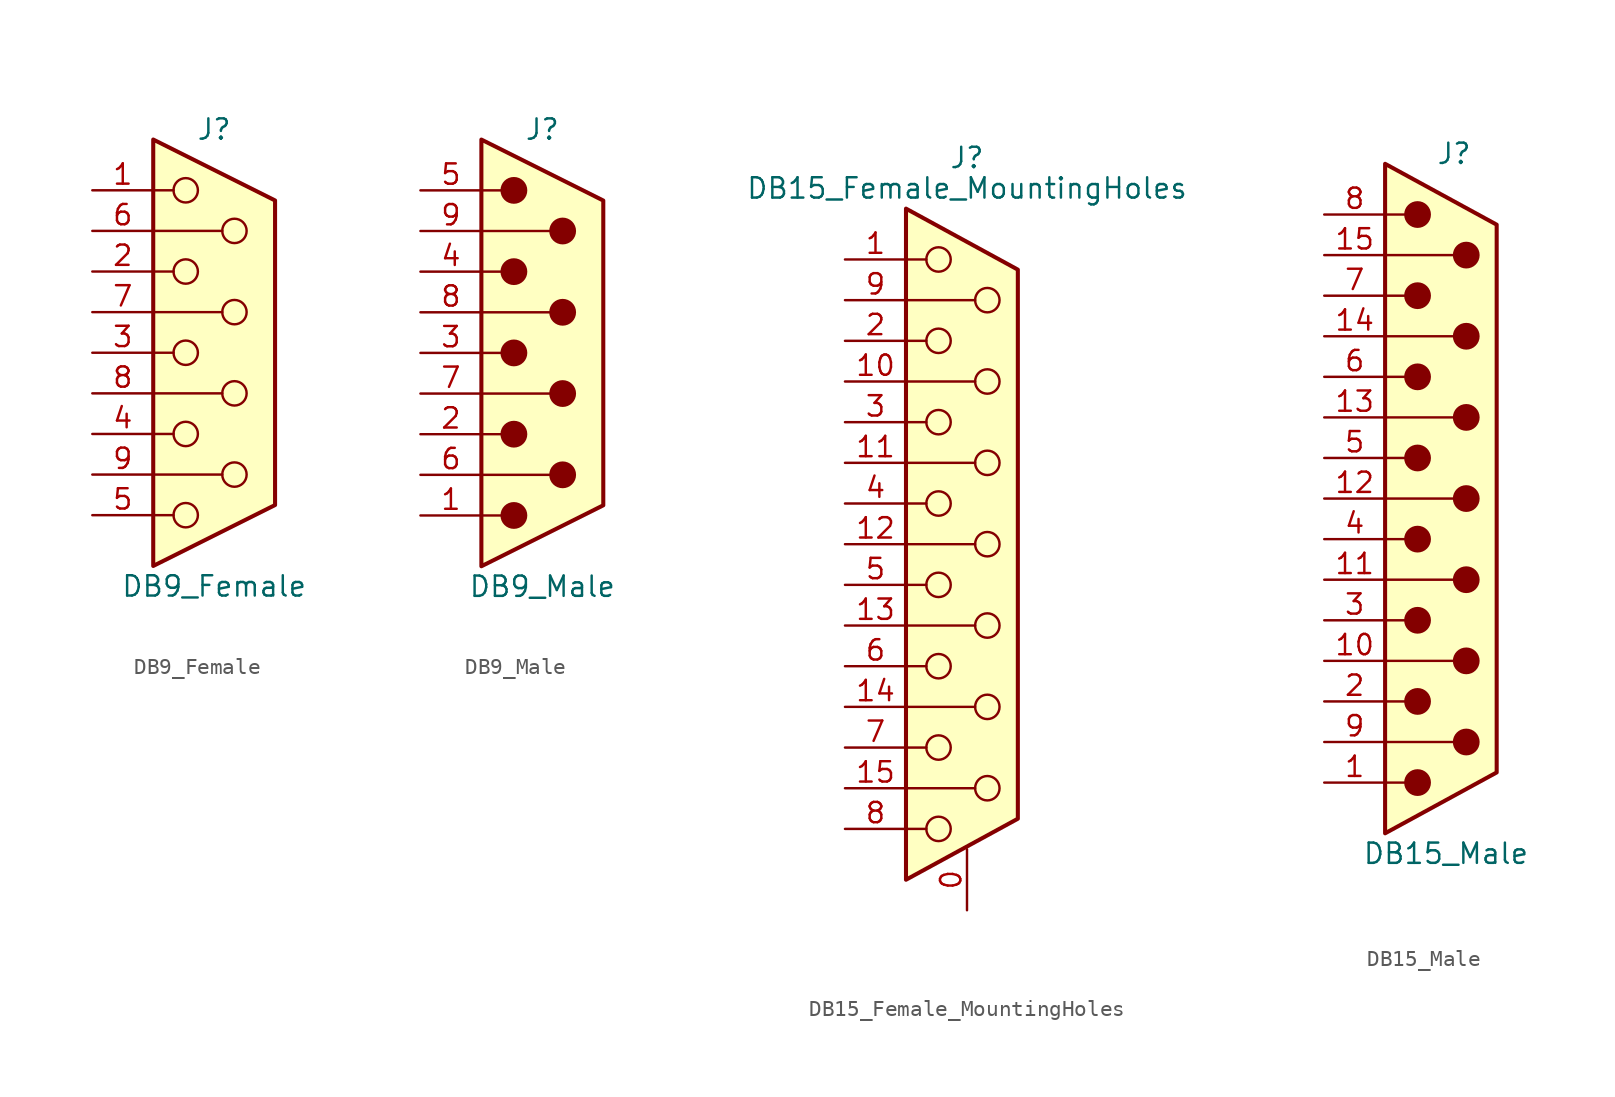
<source format=kicad_sym>
(kicad_symbol_lib
  (version 20201005)
  (generator kicad_symbol_editor)
  (symbol "Connector:DB9_Female"
    (pin_names
      (offset 1.016) hide)
    (property "Reference" "J"
      (at 0 13.97 0)
      (effects (font (size 1.27 1.27))))
    (property "Value" "DB9_Female"
      (at 0 -14.605 0)
      (effects (font (size 1.27 1.27))))
    (symbol "DB9_Female_0_1"
      (circle (center -1.778 -10.16) (radius 0.762) (stroke (width 0)) (fill (type none)))
      (circle (center -1.778 -5.08) (radius 0.762) (stroke (width 0)) (fill (type none)))
      (circle (center -1.778 0) (radius 0.762) (stroke (width 0)) (fill (type none)))
      (circle (center -1.778 5.08) (radius 0.762) (stroke (width 0)) (fill (type none)))
      (circle (center -1.778 10.16) (radius 0.762) (stroke (width 0)) (fill (type none)))
      (circle (center 1.27 -7.62) (radius 0.762) (stroke (width 0)) (fill (type none)))
      (circle (center 1.27 -2.54) (radius 0.762) (stroke (width 0)) (fill (type none)))
      (circle (center 1.27 2.54) (radius 0.762) (stroke (width 0)) (fill (type none)))
      (circle (center 1.27 7.62) (radius 0.762) (stroke (width 0)) (fill (type none)))
      (polyline (pts (xy -3.81 -10.16) (xy -2.54 -10.16)) (stroke (width 0)) (fill (type none)))
      (polyline (pts (xy -3.81 -7.62) (xy 0.508 -7.62)) (stroke (width 0)) (fill (type none)))
      (polyline (pts (xy -3.81 -5.08) (xy -2.54 -5.08)) (stroke (width 0)) (fill (type none)))
      (polyline (pts (xy -3.81 -2.54) (xy 0.508 -2.54)) (stroke (width 0)) (fill (type none)))
      (polyline (pts (xy -3.81 0) (xy -2.54 0)) (stroke (width 0)) (fill (type none)))
      (polyline (pts (xy -3.81 2.54) (xy 0.508 2.54)) (stroke (width 0)) (fill (type none)))
      (polyline (pts (xy -3.81 5.08) (xy -2.54 5.08)) (stroke (width 0)) (fill (type none)))
      (polyline (pts (xy -3.81 7.62) (xy 0.508 7.62)) (stroke (width 0)) (fill (type none)))
      (polyline (pts (xy -3.81 10.16) (xy -2.54 10.16)) (stroke (width 0)) (fill (type none)))
      (polyline (pts (xy -3.81 13.335) (xy -3.81 -13.335) (xy 3.81 -9.525) (xy 3.81 9.525) (xy -3.81 13.335)) (stroke (width 0.254)) (fill (type background))))
    (symbol "DB9_Female_1_1"
      (pin passive line (at -7.62 10.16 0) (length 3.81) (name "1" (effects (font (size 1.27 1.27)))) (number "1" (effects (font (size 1.27 1.27)))))
      (pin passive line (at -7.62 5.08 0) (length 3.81) (name "2" (effects (font (size 1.27 1.27)))) (number "2" (effects (font (size 1.27 1.27)))))
      (pin passive line (at -7.62 0 0) (length 3.81) (name "3" (effects (font (size 1.27 1.27)))) (number "3" (effects (font (size 1.27 1.27)))))
      (pin passive line (at -7.62 -5.08 0) (length 3.81) (name "4" (effects (font (size 1.27 1.27)))) (number "4" (effects (font (size 1.27 1.27)))))
      (pin passive line (at -7.62 -10.16 0) (length 3.81) (name "5" (effects (font (size 1.27 1.27)))) (number "5" (effects (font (size 1.27 1.27)))))
      (pin passive line (at -7.62 7.62 0) (length 3.81) (name "6" (effects (font (size 1.27 1.27)))) (number "6" (effects (font (size 1.27 1.27)))))
      (pin passive line (at -7.62 2.54 0) (length 3.81) (name "7" (effects (font (size 1.27 1.27)))) (number "7" (effects (font (size 1.27 1.27)))))
      (pin passive line (at -7.62 -2.54 0) (length 3.81) (name "8" (effects (font (size 1.27 1.27)))) (number "8" (effects (font (size 1.27 1.27)))))
      (pin passive line (at -7.62 -7.62 0) (length 3.81) (name "9" (effects (font (size 1.27 1.27)))) (number "9" (effects (font (size 1.27 1.27)))))))
  (symbol "Connector:DB9_Male"
    (pin_names
      (offset 1.016) hide)
    (property "Reference" "J"
      (at 0 13.97 0)
      (effects (font (size 1.27 1.27))))
    (property "Value" "DB9_Male"
      (at 0 -14.605 0)
      (effects (font (size 1.27 1.27))))
    (symbol "DB9_Male_0_1"
      (circle (center -1.778 -10.16) (radius 0.762) (stroke (width 0)) (fill (type outline)))
      (circle (center -1.778 -5.08) (radius 0.762) (stroke (width 0)) (fill (type outline)))
      (circle (center -1.778 0) (radius 0.762) (stroke (width 0)) (fill (type outline)))
      (circle (center -1.778 5.08) (radius 0.762) (stroke (width 0)) (fill (type outline)))
      (circle (center -1.778 10.16) (radius 0.762) (stroke (width 0)) (fill (type outline)))
      (circle (center 1.27 -7.62) (radius 0.762) (stroke (width 0)) (fill (type outline)))
      (circle (center 1.27 -2.54) (radius 0.762) (stroke (width 0)) (fill (type outline)))
      (circle (center 1.27 2.54) (radius 0.762) (stroke (width 0)) (fill (type outline)))
      (circle (center 1.27 7.62) (radius 0.762) (stroke (width 0)) (fill (type outline)))
      (polyline (pts (xy -3.81 -10.16) (xy -2.54 -10.16)) (stroke (width 0)) (fill (type none)))
      (polyline (pts (xy -3.81 -7.62) (xy 0.508 -7.62)) (stroke (width 0)) (fill (type none)))
      (polyline (pts (xy -3.81 -5.08) (xy -2.54 -5.08)) (stroke (width 0)) (fill (type none)))
      (polyline (pts (xy -3.81 -2.54) (xy 0.508 -2.54)) (stroke (width 0)) (fill (type none)))
      (polyline (pts (xy -3.81 0) (xy -2.54 0)) (stroke (width 0)) (fill (type none)))
      (polyline (pts (xy -3.81 2.54) (xy 0.508 2.54)) (stroke (width 0)) (fill (type none)))
      (polyline (pts (xy -3.81 5.08) (xy -2.54 5.08)) (stroke (width 0)) (fill (type none)))
      (polyline (pts (xy -3.81 7.62) (xy 0.508 7.62)) (stroke (width 0)) (fill (type none)))
      (polyline (pts (xy -3.81 10.16) (xy -2.54 10.16)) (stroke (width 0)) (fill (type none)))
      (polyline (pts (xy -3.81 -13.335) (xy -3.81 13.335) (xy 3.81 9.525) (xy 3.81 -9.525) (xy -3.81 -13.335)) (stroke (width 0.254)) (fill (type background))))
    (symbol "DB9_Male_1_1"
      (pin passive line (at -7.62 -10.16 0) (length 3.81) (name "1" (effects (font (size 1.27 1.27)))) (number "1" (effects (font (size 1.27 1.27)))))
      (pin passive line (at -7.62 -5.08 0) (length 3.81) (name "2" (effects (font (size 1.27 1.27)))) (number "2" (effects (font (size 1.27 1.27)))))
      (pin passive line (at -7.62 0 0) (length 3.81) (name "3" (effects (font (size 1.27 1.27)))) (number "3" (effects (font (size 1.27 1.27)))))
      (pin passive line (at -7.62 5.08 0) (length 3.81) (name "4" (effects (font (size 1.27 1.27)))) (number "4" (effects (font (size 1.27 1.27)))))
      (pin passive line (at -7.62 10.16 0) (length 3.81) (name "5" (effects (font (size 1.27 1.27)))) (number "5" (effects (font (size 1.27 1.27)))))
      (pin passive line (at -7.62 -7.62 0) (length 3.81) (name "6" (effects (font (size 1.27 1.27)))) (number "6" (effects (font (size 1.27 1.27)))))
      (pin passive line (at -7.62 -2.54 0) (length 3.81) (name "7" (effects (font (size 1.27 1.27)))) (number "7" (effects (font (size 1.27 1.27)))))
      (pin passive line (at -7.62 2.54 0) (length 3.81) (name "8" (effects (font (size 1.27 1.27)))) (number "8" (effects (font (size 1.27 1.27)))))
      (pin passive line (at -7.62 7.62 0) (length 3.81) (name "9" (effects (font (size 1.27 1.27)))) (number "9" (effects (font (size 1.27 1.27)))))))
  (symbol "Connector:DB15_Female_MountingHoles"
    (pin_names
      (offset 1.016) hide)
    (property "Reference" "J"
      (at 0 24.13 0)
      (effects (font (size 1.27 1.27))))
    (property "Value" "DB15_Female_MountingHoles"
      (at 0 22.225 0)
      (effects (font (size 1.27 1.27))))
    (symbol "DB15_Female_MountingHoles_0_1"
      (circle (center -1.778 -17.78) (radius 0.762) (stroke (width 0)) (fill (type none)))
      (circle (center -1.778 -12.7) (radius 0.762) (stroke (width 0)) (fill (type none)))
      (circle (center -1.778 -7.62) (radius 0.762) (stroke (width 0)) (fill (type none)))
      (circle (center -1.778 -2.54) (radius 0.762) (stroke (width 0)) (fill (type none)))
      (circle (center -1.778 2.54) (radius 0.762) (stroke (width 0)) (fill (type none)))
      (circle (center -1.778 7.62) (radius 0.762) (stroke (width 0)) (fill (type none)))
      (circle (center -1.778 12.7) (radius 0.762) (stroke (width 0)) (fill (type none)))
      (circle (center -1.778 17.78) (radius 0.762) (stroke (width 0)) (fill (type none)))
      (circle (center 1.27 -15.24) (radius 0.762) (stroke (width 0)) (fill (type none)))
      (circle (center 1.27 -10.16) (radius 0.762) (stroke (width 0)) (fill (type none)))
      (circle (center 1.27 -5.08) (radius 0.762) (stroke (width 0)) (fill (type none)))
      (circle (center 1.27 0) (radius 0.762) (stroke (width 0)) (fill (type none)))
      (circle (center 1.27 5.08) (radius 0.762) (stroke (width 0)) (fill (type none)))
      (circle (center 1.27 10.16) (radius 0.762) (stroke (width 0)) (fill (type none)))
      (circle (center 1.27 15.24) (radius 0.762) (stroke (width 0)) (fill (type none)))
      (polyline (pts (xy -3.81 -17.78) (xy -2.54 -17.78)) (stroke (width 0)) (fill (type none)))
      (polyline (pts (xy -3.81 -15.24) (xy 0.508 -15.24)) (stroke (width 0)) (fill (type none)))
      (polyline (pts (xy -3.81 -12.7) (xy -2.54 -12.7)) (stroke (width 0)) (fill (type none)))
      (polyline (pts (xy -3.81 -10.16) (xy 0.508 -10.16)) (stroke (width 0)) (fill (type none)))
      (polyline (pts (xy -3.81 -7.62) (xy -2.54 -7.62)) (stroke (width 0)) (fill (type none)))
      (polyline (pts (xy -3.81 -5.08) (xy 0.508 -5.08)) (stroke (width 0)) (fill (type none)))
      (polyline (pts (xy -3.81 -2.54) (xy -2.54 -2.54)) (stroke (width 0)) (fill (type none)))
      (polyline (pts (xy -3.81 0) (xy 0.508 0)) (stroke (width 0)) (fill (type none)))
      (polyline (pts (xy -3.81 2.54) (xy -2.54 2.54)) (stroke (width 0)) (fill (type none)))
      (polyline (pts (xy -3.81 5.08) (xy 0.508 5.08)) (stroke (width 0)) (fill (type none)))
      (polyline (pts (xy -3.81 7.62) (xy -2.54 7.62)) (stroke (width 0)) (fill (type none)))
      (polyline (pts (xy -3.81 10.16) (xy 0.508 10.16)) (stroke (width 0)) (fill (type none)))
      (polyline (pts (xy -3.81 12.7) (xy -2.54 12.7)) (stroke (width 0)) (fill (type none)))
      (polyline (pts (xy -3.81 15.24) (xy 0.508 15.24)) (stroke (width 0)) (fill (type none)))
      (polyline (pts (xy -3.81 17.78) (xy -2.54 17.78)) (stroke (width 0)) (fill (type none)))
      (polyline (pts (xy -3.81 20.955) (xy 3.175 17.145) (xy 3.175 -17.145) (xy -3.81 -20.955) (xy -3.81 20.955)) (stroke (width 0.254)) (fill (type background))))
    (symbol "DB15_Female_MountingHoles_1_1"
      (pin passive line (at 0 -22.86 90) (length 3.81) (name "PAD" (effects (font (size 1.27 1.27)))) (number "0" (effects (font (size 1.27 1.27)))))
      (pin passive line (at -7.62 17.78 0) (length 3.81) (name "1" (effects (font (size 1.27 1.27)))) (number "1" (effects (font (size 1.27 1.27)))))
      (pin passive line (at -7.62 10.16 0) (length 3.81) (name "P10" (effects (font (size 1.27 1.27)))) (number "10" (effects (font (size 1.27 1.27)))))
      (pin passive line (at -7.62 5.08 0) (length 3.81) (name "P111" (effects (font (size 1.27 1.27)))) (number "11" (effects (font (size 1.27 1.27)))))
      (pin passive line (at -7.62 0 0) (length 3.81) (name "P12" (effects (font (size 1.27 1.27)))) (number "12" (effects (font (size 1.27 1.27)))))
      (pin passive line (at -7.62 -5.08 0) (length 3.81) (name "P13" (effects (font (size 1.27 1.27)))) (number "13" (effects (font (size 1.27 1.27)))))
      (pin passive line (at -7.62 -10.16 0) (length 3.81) (name "P14" (effects (font (size 1.27 1.27)))) (number "14" (effects (font (size 1.27 1.27)))))
      (pin passive line (at -7.62 -15.24 0) (length 3.81) (name "P15" (effects (font (size 1.27 1.27)))) (number "15" (effects (font (size 1.27 1.27)))))
      (pin passive line (at -7.62 12.7 0) (length 3.81) (name "2" (effects (font (size 1.27 1.27)))) (number "2" (effects (font (size 1.27 1.27)))))
      (pin passive line (at -7.62 7.62 0) (length 3.81) (name "3" (effects (font (size 1.27 1.27)))) (number "3" (effects (font (size 1.27 1.27)))))
      (pin passive line (at -7.62 2.54 0) (length 3.81) (name "4" (effects (font (size 1.27 1.27)))) (number "4" (effects (font (size 1.27 1.27)))))
      (pin passive line (at -7.62 -2.54 0) (length 3.81) (name "5" (effects (font (size 1.27 1.27)))) (number "5" (effects (font (size 1.27 1.27)))))
      (pin passive line (at -7.62 -7.62 0) (length 3.81) (name "6" (effects (font (size 1.27 1.27)))) (number "6" (effects (font (size 1.27 1.27)))))
      (pin passive line (at -7.62 -12.7 0) (length 3.81) (name "7" (effects (font (size 1.27 1.27)))) (number "7" (effects (font (size 1.27 1.27)))))
      (pin passive line (at -7.62 -17.78 0) (length 3.81) (name "8" (effects (font (size 1.27 1.27)))) (number "8" (effects (font (size 1.27 1.27)))))
      (pin passive line (at -7.62 15.24 0) (length 3.81) (name "P9" (effects (font (size 1.27 1.27)))) (number "9" (effects (font (size 1.27 1.27)))))))
  (symbol "Connector:DB15_Male"
    (pin_names
      (offset 1.016) hide)
    (property "Reference" "J"
      (at 0.508 21.59 0)
      (effects (font (size 1.27 1.27))))
    (property "Value" "DB15_Male"
      (at 0 -22.225 0)
      (effects (font (size 1.27 1.27))))
    (symbol "DB15_Male_0_1"
      (circle (center -1.778 -17.78) (radius 0.762) (stroke (width 0)) (fill (type outline)))
      (circle (center -1.778 -12.7) (radius 0.762) (stroke (width 0)) (fill (type outline)))
      (circle (center -1.778 -7.62) (radius 0.762) (stroke (width 0)) (fill (type outline)))
      (circle (center -1.778 -2.54) (radius 0.762) (stroke (width 0)) (fill (type outline)))
      (circle (center -1.778 2.54) (radius 0.762) (stroke (width 0)) (fill (type outline)))
      (circle (center -1.778 7.62) (radius 0.762) (stroke (width 0)) (fill (type outline)))
      (circle (center -1.778 12.7) (radius 0.762) (stroke (width 0)) (fill (type outline)))
      (circle (center -1.778 17.78) (radius 0.762) (stroke (width 0)) (fill (type outline)))
      (circle (center 1.27 -15.24) (radius 0.762) (stroke (width 0)) (fill (type outline)))
      (circle (center 1.27 -10.16) (radius 0.762) (stroke (width 0)) (fill (type outline)))
      (circle (center 1.27 -5.08) (radius 0.762) (stroke (width 0)) (fill (type outline)))
      (circle (center 1.27 0) (radius 0.762) (stroke (width 0)) (fill (type outline)))
      (circle (center 1.27 5.08) (radius 0.762) (stroke (width 0)) (fill (type outline)))
      (circle (center 1.27 10.16) (radius 0.762) (stroke (width 0)) (fill (type outline)))
      (circle (center 1.27 15.24) (radius 0.762) (stroke (width 0)) (fill (type outline)))
      (polyline (pts (xy -3.81 -17.78) (xy -2.54 -17.78)) (stroke (width 0)) (fill (type none)))
      (polyline (pts (xy -3.81 -15.24) (xy 0.508 -15.24)) (stroke (width 0)) (fill (type none)))
      (polyline (pts (xy -3.81 -12.7) (xy -2.54 -12.7)) (stroke (width 0)) (fill (type none)))
      (polyline (pts (xy -3.81 -10.16) (xy 0.508 -10.16)) (stroke (width 0)) (fill (type none)))
      (polyline (pts (xy -3.81 -7.62) (xy -2.54 -7.62)) (stroke (width 0)) (fill (type none)))
      (polyline (pts (xy -3.81 -5.08) (xy 0.508 -5.08)) (stroke (width 0)) (fill (type none)))
      (polyline (pts (xy -3.81 -2.54) (xy -2.54 -2.54)) (stroke (width 0)) (fill (type none)))
      (polyline (pts (xy -3.81 0) (xy 0.508 0)) (stroke (width 0)) (fill (type none)))
      (polyline (pts (xy -3.81 2.54) (xy -2.54 2.54)) (stroke (width 0)) (fill (type none)))
      (polyline (pts (xy -3.81 5.08) (xy 0.508 5.08)) (stroke (width 0)) (fill (type none)))
      (polyline (pts (xy -3.81 7.62) (xy -2.54 7.62)) (stroke (width 0)) (fill (type none)))
      (polyline (pts (xy -3.81 10.16) (xy 0.508 10.16)) (stroke (width 0)) (fill (type none)))
      (polyline (pts (xy -3.81 12.7) (xy -2.54 12.7)) (stroke (width 0)) (fill (type none)))
      (polyline (pts (xy -3.81 15.24) (xy 0.508 15.24)) (stroke (width 0)) (fill (type none)))
      (polyline (pts (xy -3.81 17.78) (xy -2.54 17.78)) (stroke (width 0)) (fill (type none)))
      (polyline (pts (xy -3.81 -20.955) (xy 3.175 -17.145) (xy 3.175 17.145) (xy -3.81 20.955) (xy -3.81 -20.955)) (stroke (width 0.254)) (fill (type background))))
    (symbol "DB15_Male_1_1"
      (pin passive line (at -7.62 -17.78 0) (length 3.81) (name "1" (effects (font (size 1.27 1.27)))) (number "1" (effects (font (size 1.27 1.27)))))
      (pin passive line (at -7.62 -10.16 0) (length 3.81) (name "P10" (effects (font (size 1.27 1.27)))) (number "10" (effects (font (size 1.27 1.27)))))
      (pin passive line (at -7.62 -5.08 0) (length 3.81) (name "P111" (effects (font (size 1.27 1.27)))) (number "11" (effects (font (size 1.27 1.27)))))
      (pin passive line (at -7.62 0 0) (length 3.81) (name "P12" (effects (font (size 1.27 1.27)))) (number "12" (effects (font (size 1.27 1.27)))))
      (pin passive line (at -7.62 5.08 0) (length 3.81) (name "P13" (effects (font (size 1.27 1.27)))) (number "13" (effects (font (size 1.27 1.27)))))
      (pin passive line (at -7.62 10.16 0) (length 3.81) (name "P14" (effects (font (size 1.27 1.27)))) (number "14" (effects (font (size 1.27 1.27)))))
      (pin passive line (at -7.62 15.24 0) (length 3.81) (name "P15" (effects (font (size 1.27 1.27)))) (number "15" (effects (font (size 1.27 1.27)))))
      (pin passive line (at -7.62 -12.7 0) (length 3.81) (name "2" (effects (font (size 1.27 1.27)))) (number "2" (effects (font (size 1.27 1.27)))))
      (pin passive line (at -7.62 -7.62 0) (length 3.81) (name "3" (effects (font (size 1.27 1.27)))) (number "3" (effects (font (size 1.27 1.27)))))
      (pin passive line (at -7.62 -2.54 0) (length 3.81) (name "4" (effects (font (size 1.27 1.27)))) (number "4" (effects (font (size 1.27 1.27)))))
      (pin passive line (at -7.62 2.54 0) (length 3.81) (name "5" (effects (font (size 1.27 1.27)))) (number "5" (effects (font (size 1.27 1.27)))))
      (pin passive line (at -7.62 7.62 0) (length 3.81) (name "6" (effects (font (size 1.27 1.27)))) (number "6" (effects (font (size 1.27 1.27)))))
      (pin passive line (at -7.62 12.7 0) (length 3.81) (name "7" (effects (font (size 1.27 1.27)))) (number "7" (effects (font (size 1.27 1.27)))))
      (pin passive line (at -7.62 17.78 0) (length 3.81) (name "8" (effects (font (size 1.27 1.27)))) (number "8" (effects (font (size 1.27 1.27)))))
      (pin passive line (at -7.62 -15.24 0) (length 3.81) (name "P9" (effects (font (size 1.27 1.27)))) (number "9" (effects (font (size 1.27 1.27))))))))
</source>
